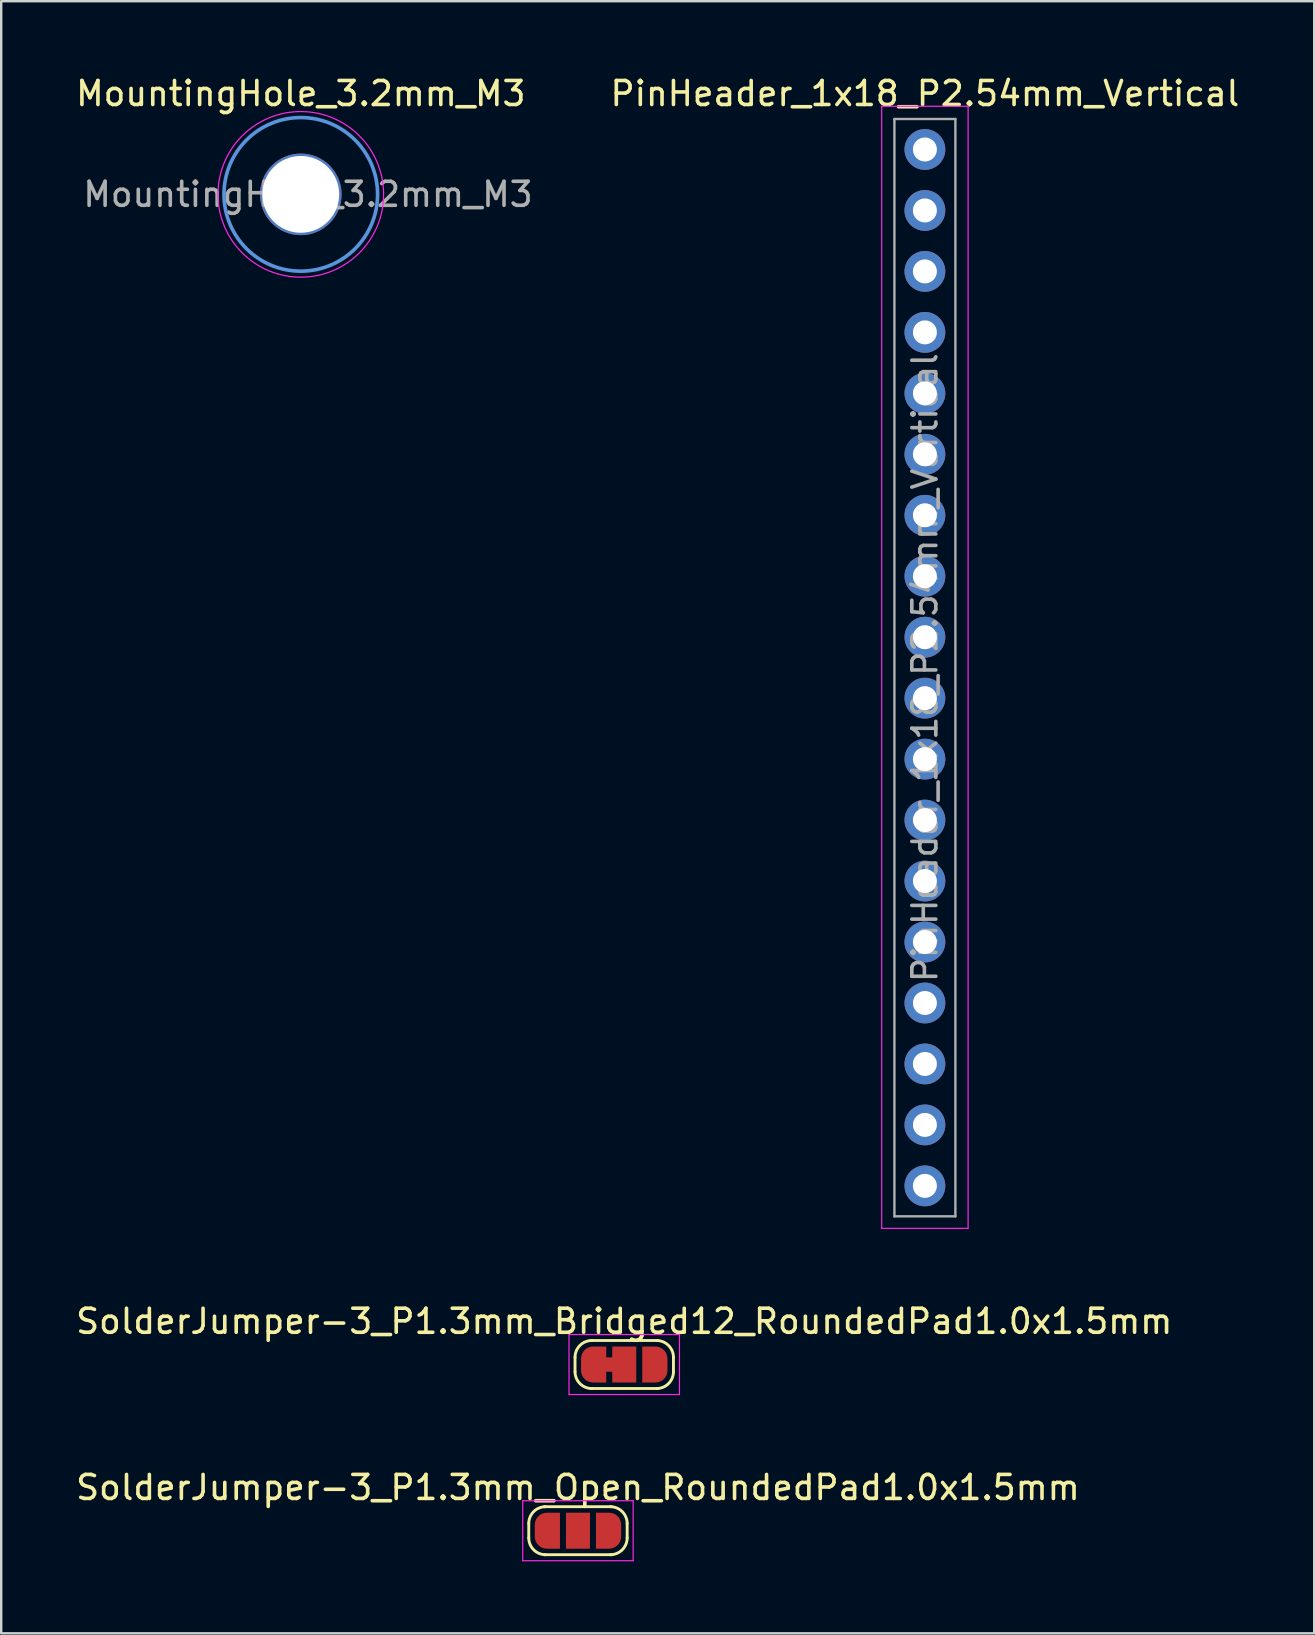
<source format=kicad_pcb>
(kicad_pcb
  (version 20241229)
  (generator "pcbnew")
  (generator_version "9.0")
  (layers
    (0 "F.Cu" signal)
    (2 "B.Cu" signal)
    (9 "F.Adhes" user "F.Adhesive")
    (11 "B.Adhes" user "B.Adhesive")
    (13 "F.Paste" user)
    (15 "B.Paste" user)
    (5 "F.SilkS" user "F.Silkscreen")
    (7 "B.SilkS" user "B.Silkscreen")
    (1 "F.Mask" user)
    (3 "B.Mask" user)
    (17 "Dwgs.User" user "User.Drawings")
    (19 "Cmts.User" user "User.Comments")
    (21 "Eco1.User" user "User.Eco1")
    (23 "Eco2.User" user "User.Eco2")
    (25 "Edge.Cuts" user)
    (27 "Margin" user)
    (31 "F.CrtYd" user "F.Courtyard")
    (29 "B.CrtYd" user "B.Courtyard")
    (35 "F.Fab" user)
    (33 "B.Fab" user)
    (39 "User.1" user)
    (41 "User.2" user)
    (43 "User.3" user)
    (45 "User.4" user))
  (footprint "PinHeader_1x18_P2.54mm_Vertical"
    (layer "F.Cu")
    (at 35.485 3.178)
    (property "Reference" "PinHeader_1x18_P2.54mm_Vertical" (at 0 -2.33 0) (layer "F.SilkS") (effects (font (size 1 1) (thickness 0.15))))
    (attr through_hole)
    (fp_line (start -1.8 -1.8) (end -1.8 44.95) (stroke (width 0.05) (type solid)) (layer "F.CrtYd"))
    (fp_line (start -1.8 44.95) (end 1.8 44.95) (stroke (width 0.05) (type solid)) (layer "F.CrtYd"))
    (fp_line (start 1.8 -1.8) (end -1.8 -1.8) (stroke (width 0.05) (type solid)) (layer "F.CrtYd"))
    (fp_line (start 1.8 44.95) (end 1.8 -1.8) (stroke (width 0.05) (type solid)) (layer "F.CrtYd"))
    (fp_line (start -1.27 -1.27) (end 1.27 -1.27) (stroke (width 0.1) (type solid)) (layer "F.Fab"))
    (fp_line (start -1.27 44.45) (end -1.27 -1.27) (stroke (width 0.1) (type solid)) (layer "F.Fab"))
    (fp_line (start 1.27 -1.27) (end 1.27 44.45) (stroke (width 0.1) (type solid)) (layer "F.Fab"))
    (fp_line (start 1.27 44.45) (end -1.27 44.45) (stroke (width 0.1) (type solid)) (layer "F.Fab"))
    (fp_text user "${REFERENCE}" (at 0 21.59 90) (layer "F.Fab") (effects (font (size 1 1) (thickness 0.15))))
    (pad "1" thru_hole oval (at 0 0) (size 1.7 1.7) (drill 1) (layers "*.Cu" "*.Mask"))
    (pad "2" thru_hole oval (at 0 2.54) (size 1.7 1.7) (drill 1) (layers "*.Cu" "*.Mask"))
    (pad "3" thru_hole oval (at 0 5.08) (size 1.7 1.7) (drill 1) (layers "*.Cu" "*.Mask"))
    (pad "4" thru_hole oval (at 0 7.62) (size 1.7 1.7) (drill 1) (layers "*.Cu" "*.Mask"))
    (pad "5" thru_hole oval (at 0 10.16) (size 1.7 1.7) (drill 1) (layers "*.Cu" "*.Mask"))
    (pad "6" thru_hole oval (at 0 12.7) (size 1.7 1.7) (drill 1) (layers "*.Cu" "*.Mask"))
    (pad "7" thru_hole oval (at 0 15.24) (size 1.7 1.7) (drill 1) (layers "*.Cu" "*.Mask"))
    (pad "8" thru_hole oval (at 0 17.78) (size 1.7 1.7) (drill 1) (layers "*.Cu" "*.Mask"))
    (pad "9" thru_hole oval (at 0 20.32) (size 1.7 1.7) (drill 1) (layers "*.Cu" "*.Mask"))
    (pad "10" thru_hole oval (at 0 22.86) (size 1.7 1.7) (drill 1) (layers "*.Cu" "*.Mask"))
    (pad "11" thru_hole oval (at 0 25.4) (size 1.7 1.7) (drill 1) (layers "*.Cu" "*.Mask"))
    (pad "12" thru_hole oval (at 0 27.94) (size 1.7 1.7) (drill 1) (layers "*.Cu" "*.Mask"))
    (pad "13" thru_hole oval (at 0 30.48) (size 1.7 1.7) (drill 1) (layers "*.Cu" "*.Mask"))
    (pad "14" thru_hole oval (at 0 33.02) (size 1.7 1.7) (drill 1) (layers "*.Cu" "*.Mask"))
    (pad "15" thru_hole oval (at 0 35.56) (size 1.7 1.7) (drill 1) (layers "*.Cu" "*.Mask"))
    (pad "16" thru_hole oval (at 0 38.1) (size 1.7 1.7) (drill 1) (layers "*.Cu" "*.Mask"))
    (pad "17" thru_hole oval (at 0 40.64) (size 1.7 1.7) (drill 1) (layers "*.Cu" "*.Mask"))
    (pad "18" thru_hole oval (at 0 43.18) (size 1.7 1.7) (drill 1) (layers "*.Cu" "*.Mask")))
  (footprint "SolderJumper-3_P1.3mm_Open_RoundedPad1.0x1.5mm"
    (layer "F.Cu")
    (at 21.03 60.725)
    (property "Reference" "SolderJumper-3_P1.3mm_Open_RoundedPad1.0x1.5mm" (at 0 -1.8 0) (layer "F.SilkS") (effects (font (size 1 1) (thickness 0.15))))
    (attr exclude_from_pos_files exclude_from_bom)
    (fp_line (start -2.05 0.3) (end -2.05 -0.3) (stroke (width 0.12) (type solid)) (layer "F.SilkS"))
    (fp_line (start -1.4 -1) (end 1.4 -1) (stroke (width 0.12) (type solid)) (layer "F.SilkS"))
    (fp_line (start 1.4 1) (end -1.4 1) (stroke (width 0.12) (type solid)) (layer "F.SilkS"))
    (fp_line (start 2.05 -0.3) (end 2.05 0.3) (stroke (width 0.12) (type solid)) (layer "F.SilkS"))
    (fp_arc (start -2.05 -0.3) (mid -1.844975 -0.794975) (end -1.35 -1) (stroke (width 0.12) (type solid)) (layer "F.SilkS"))
    (fp_arc (start -1.35 1) (mid -1.844975 0.794975) (end -2.05 0.3) (stroke (width 0.12) (type solid)) (layer "F.SilkS"))
    (fp_arc (start 1.35 -1) (mid 1.844975 -0.794975) (end 2.05 -0.3) (stroke (width 0.12) (type solid)) (layer "F.SilkS"))
    (fp_arc (start 2.05 0.3) (mid 1.844975 0.794975) (end 1.35 1) (stroke (width 0.12) (type solid)) (layer "F.SilkS"))
    (fp_line (start -2.3 -1.25) (end -2.3 1.25) (stroke (width 0.05) (type solid)) (layer "F.CrtYd"))
    (fp_line (start -2.3 -1.25) (end 2.3 -1.25) (stroke (width 0.05) (type solid)) (layer "F.CrtYd"))
    (fp_line (start 2.3 1.25) (end -2.3 1.25) (stroke (width 0.05) (type solid)) (layer "F.CrtYd"))
    (fp_line (start 2.3 1.25) (end 2.3 -1.25) (stroke (width 0.05) (type solid)) (layer "F.CrtYd"))
    (pad "1" smd custom (at -1.3 0) (size 1 0.5) (layers "F.Cu" "F.Mask") (options (anchor rect)) (primitives (gr_circle (center 0 0.25) (end 0.5 0.25) (width 0) (fill yes)) (gr_circle (center 0 -0.25) (end 0.5 -0.25) (width 0) (fill yes)) (gr_poly (pts (xy 0.55 -0.75) (xy 0 -0.75) (xy 0 0.75) (xy 0.55 0.75)) (width 0) (fill yes))))
    (pad "2" smd rect (at 0 0) (size 1 1.5) (layers "F.Cu" "F.Mask"))
    (pad "3" smd custom (at 1.3 0) (size 1 0.5) (layers "F.Cu" "F.Mask") (options (anchor rect)) (primitives (gr_circle (center 0 0.25) (end 0.5 0.25) (width 0) (fill yes)) (gr_circle (center 0 -0.25) (end 0.5 -0.25) (width 0) (fill yes)) (gr_poly (pts (xy -0.55 -0.75) (xy 0 -0.75) (xy 0 0.75) (xy -0.55 0.75)) (width 0) (fill yes)))))
  (footprint "SolderJumper-3_P1.3mm_Bridged12_RoundedPad1.0x1.5mm"
    (layer "F.Cu")
    (at 22.958 53.801)
    (property "Reference" "SolderJumper-3_P1.3mm_Bridged12_RoundedPad1.0x1.5mm" (at 0 -1.8 0) (layer "F.SilkS") (effects (font (size 1 1) (thickness 0.15))))
    (attr exclude_from_pos_files exclude_from_bom)
    (fp_poly (pts (xy -0.9 -0.3) (xy -0.4 -0.3) (xy -0.4 0.3) (xy -0.9 0.3)) (stroke (width 0) (type solid)) (fill yes) (layer "F.Cu"))
    (fp_line (start -2.05 0.3) (end -2.05 -0.3) (stroke (width 0.12) (type solid)) (layer "F.SilkS"))
    (fp_line (start -1.4 -1) (end 1.4 -1) (stroke (width 0.12) (type solid)) (layer "F.SilkS"))
    (fp_line (start 1.4 1) (end -1.4 1) (stroke (width 0.12) (type solid)) (layer "F.SilkS"))
    (fp_line (start 2.05 -0.3) (end 2.05 0.3) (stroke (width 0.12) (type solid)) (layer "F.SilkS"))
    (fp_arc (start -2.05 -0.3) (mid -1.844975 -0.794975) (end -1.35 -1) (stroke (width 0.12) (type solid)) (layer "F.SilkS"))
    (fp_arc (start -1.35 1) (mid -1.844975 0.794975) (end -2.05 0.3) (stroke (width 0.12) (type solid)) (layer "F.SilkS"))
    (fp_arc (start 1.35 -1) (mid 1.844975 -0.794975) (end 2.05 -0.3) (stroke (width 0.12) (type solid)) (layer "F.SilkS"))
    (fp_arc (start 2.05 0.3) (mid 1.844975 0.794975) (end 1.35 1) (stroke (width 0.12) (type solid)) (layer "F.SilkS"))
    (fp_line (start -2.3 -1.25) (end -2.3 1.25) (stroke (width 0.05) (type solid)) (layer "F.CrtYd"))
    (fp_line (start -2.3 -1.25) (end 2.3 -1.25) (stroke (width 0.05) (type solid)) (layer "F.CrtYd"))
    (fp_line (start 2.3 1.25) (end -2.3 1.25) (stroke (width 0.05) (type solid)) (layer "F.CrtYd"))
    (fp_line (start 2.3 1.25) (end 2.3 -1.25) (stroke (width 0.05) (type solid)) (layer "F.CrtYd"))
    (pad "1" smd custom (at -1.3 0) (size 1 0.5) (layers "F.Cu" "F.Mask") (options (anchor rect)) (primitives (gr_circle (center 0 0.25) (end 0.5 0.25) (width 0) (fill yes)) (gr_circle (center 0 -0.25) (end 0.5 -0.25) (width 0) (fill yes)) (gr_poly (pts (xy 0.55 -0.75) (xy 0 -0.75) (xy 0 0.75) (xy 0.55 0.75)) (width 0) (fill yes))))
    (pad "2" smd rect (at 0 0) (size 1 1.5) (layers "F.Cu" "F.Mask"))
    (pad "3" smd custom (at 1.3 0) (size 1 0.5) (layers "F.Cu" "F.Mask") (options (anchor rect)) (primitives (gr_circle (center 0 0.25) (end 0.5 0.25) (width 0) (fill yes)) (gr_circle (center 0 -0.25) (end 0.5 -0.25) (width 0) (fill yes)) (gr_poly (pts (xy -0.55 -0.75) (xy 0 -0.75) (xy 0 0.75) (xy -0.55 0.75)) (width 0) (fill yes)))))
  (footprint "MountingHole_3.2mm_M3"
    (layer "F.Cu")
    (at 9.482 5.048)
    (property "Reference" "MountingHole_3.2mm_M3" (at 0 -4.2 0) (layer "F.SilkS") (effects (font (size 1 1) (thickness 0.15))))
    (attr exclude_from_pos_files exclude_from_bom)
    (fp_circle (center 0 0) (end 3.2 0) (stroke (width 0.15) (type solid)) (fill no) (layer "Cmts.User"))
    (fp_circle (center 0 0) (end 3.45 0) (stroke (width 0.05) (type solid)) (fill no) (layer "F.CrtYd"))
    (fp_text user "${REFERENCE}" (at 0.3 0 0) (layer "F.Fab") (effects (font (size 1 1) (thickness 0.15))))
    (pad "1" thru_hole circle (at 0 0) (size 3.4 3.4) (drill 3.2) (layers "*.Cu" "*.Mask")))
  (gr_rect
    (start -3 -3)
    (end 51.705 65)
    (stroke (width 0.1) (type default))
    (fill no)
    (layer "Edge.Cuts")))
</source>
